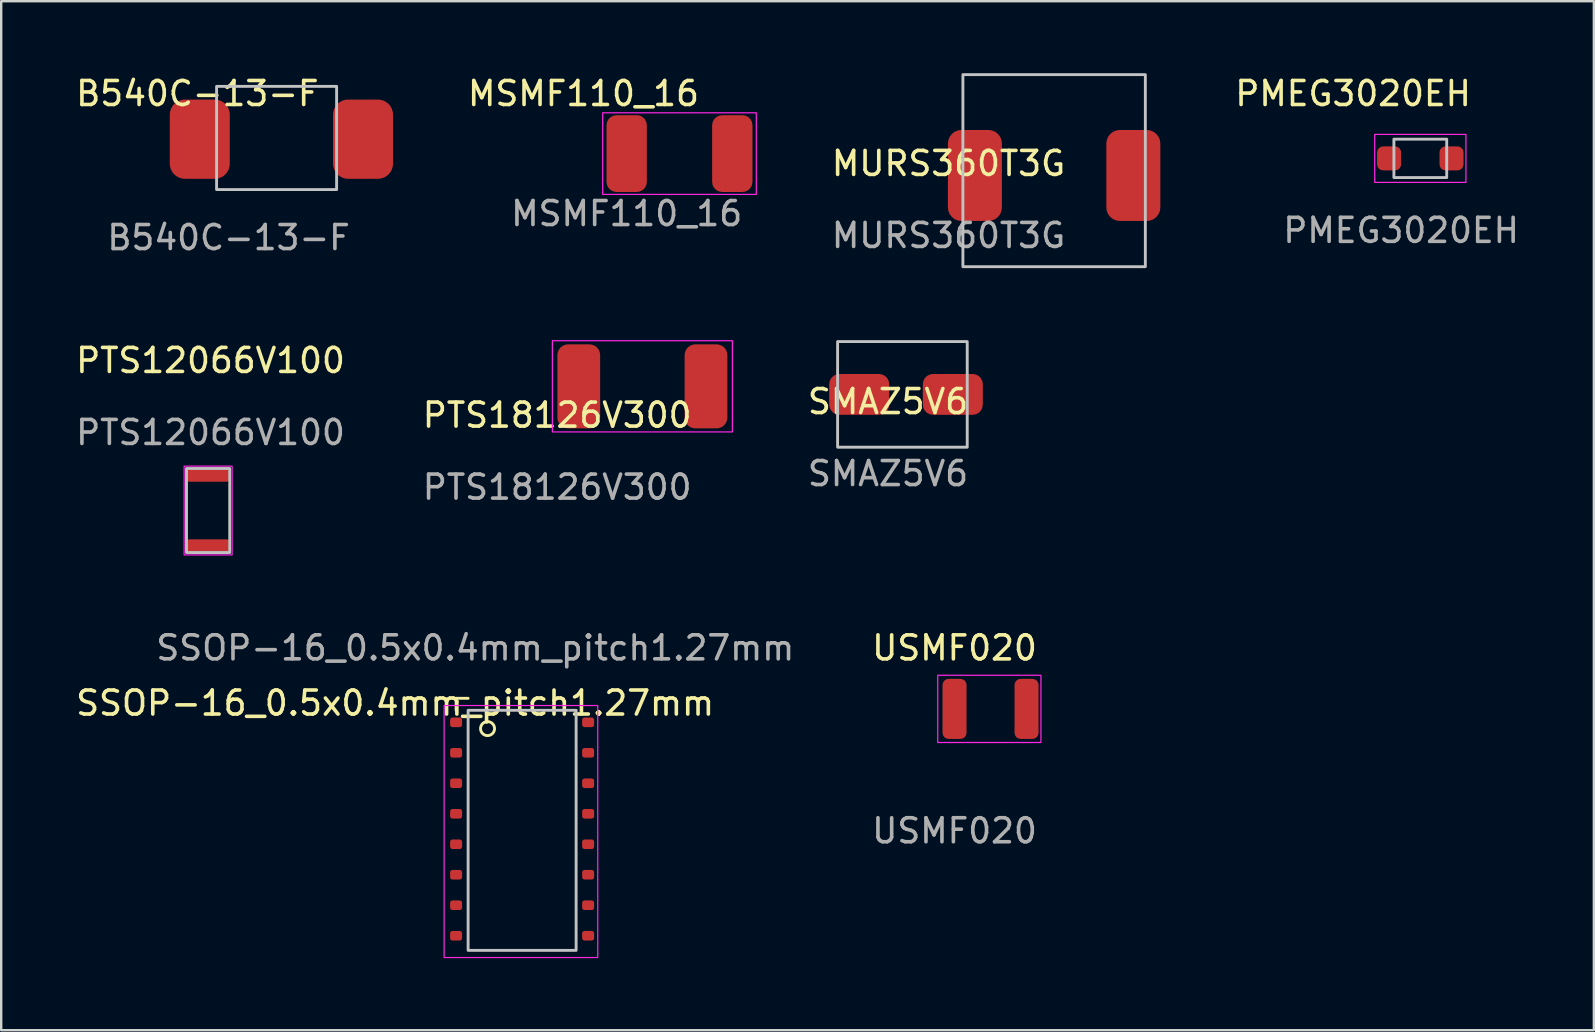
<source format=kicad_pcb>
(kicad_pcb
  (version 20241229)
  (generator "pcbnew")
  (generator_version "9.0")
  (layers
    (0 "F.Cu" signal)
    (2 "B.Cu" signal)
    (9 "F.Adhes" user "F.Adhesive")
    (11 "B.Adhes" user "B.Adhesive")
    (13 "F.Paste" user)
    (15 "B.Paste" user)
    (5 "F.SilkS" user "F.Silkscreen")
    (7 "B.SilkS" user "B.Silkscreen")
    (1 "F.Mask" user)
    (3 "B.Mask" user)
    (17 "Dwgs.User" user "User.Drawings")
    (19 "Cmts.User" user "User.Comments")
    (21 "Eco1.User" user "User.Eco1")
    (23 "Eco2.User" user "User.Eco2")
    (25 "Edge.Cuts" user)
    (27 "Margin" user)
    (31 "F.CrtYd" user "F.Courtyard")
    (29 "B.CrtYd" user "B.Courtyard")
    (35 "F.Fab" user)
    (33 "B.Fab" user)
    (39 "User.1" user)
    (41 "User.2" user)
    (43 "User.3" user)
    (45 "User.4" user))
  (footprint "PMEG3020EH"
    (layer "F.Cu")
    (at 55.319 4.048)
    (property "Reference" "PMEG3020EH" (at -2 -3.2 0) (unlocked yes) (layer "F.SilkS") (effects (font (size 1 1) (thickness 0.15))))
    (attr smd)
    (fp_rect (start -0.3 -1.3) (end 1.9 0.3) (stroke (width 0.12) (type solid)) (fill no) (layer "Dwgs.User"))
    (fp_rect (start -1.1 -1.5) (end 2.7 0.5) (stroke (width 0.05) (type solid)) (fill no) (layer "F.CrtYd"))
    (fp_text user "${REFERENCE}" (at 0 2.5 0) (unlocked yes) (layer "F.Fab") (effects (font (size 1 1) (thickness 0.15))))
    (pad "1" smd roundrect (at -0.5 -0.5) (size 1 1) (layers "F.Cu" "F.Mask" "F.Paste") (roundrect_rratio 0.25))
    (pad "2" smd roundrect (at 2.1 -0.5) (size 1 1) (layers "F.Cu" "F.Mask" "F.Paste") (roundrect_rratio 0.25)))
  (footprint "SSOP-16_0.5x0.4mm_pitch1.27mm"
    (layer "F.Cu")
    (at 15.951 27.041)
    (property "Reference" "SSOP-16_0.5x0.4mm_pitch1.27mm" (at -2.54 -0.8 0) (unlocked yes) (layer "F.SilkS") (effects (font (size 1 1) (thickness 0.15))))
    (attr smd)
    (fp_line (start 0 -1) (end 0.5 -1) (stroke (width 0.12) (type solid)) (layer "F.SilkS"))
    (fp_line (start 0 -0.5) (end 0 -1) (stroke (width 0.12) (type solid)) (layer "F.SilkS"))
    (fp_circle (center 1.31 0.262) (end 1.129 0.033) (stroke (width 0.12) (type solid)) (fill no) (layer "F.SilkS"))
    (fp_rect (start 0.5 -0.5) (end 5 9.5) (stroke (width 0.12) (type solid)) (fill no) (layer "Dwgs.User"))
    (fp_rect (start 5.9 -0.7) (end -0.5 9.8) (stroke (width 0.05) (type solid)) (fill no) (layer "F.CrtYd"))
    (fp_text user "${REFERENCE}" (at 0.8 -3.1 0) (unlocked yes) (layer "F.Fab") (effects (font (size 1 1) (thickness 0.15))))
    (pad "1" smd roundrect (at 0 0) (size 0.5 0.4) (layers "F.Cu" "F.Mask" "F.Paste") (roundrect_rratio 0.25))
    (pad "2" smd roundrect (at 0 1.27) (size 0.5 0.4) (layers "F.Cu" "F.Mask" "F.Paste") (roundrect_rratio 0.25))
    (pad "3" smd roundrect (at 0 2.54) (size 0.5 0.4) (layers "F.Cu" "F.Mask" "F.Paste") (roundrect_rratio 0.25))
    (pad "4" smd roundrect (at 0 3.81) (size 0.5 0.4) (layers "F.Cu" "F.Mask" "F.Paste") (roundrect_rratio 0.25))
    (pad "5" smd roundrect (at 0 5.08) (size 0.5 0.4) (layers "F.Cu" "F.Mask" "F.Paste") (roundrect_rratio 0.25))
    (pad "6" smd roundrect (at 0 6.35) (size 0.5 0.4) (layers "F.Cu" "F.Mask" "F.Paste") (roundrect_rratio 0.25))
    (pad "7" smd roundrect (at 0 7.62) (size 0.5 0.4) (layers "F.Cu" "F.Mask" "F.Paste") (roundrect_rratio 0.25))
    (pad "8" smd roundrect (at 0 8.89) (size 0.5 0.4) (layers "F.Cu" "F.Mask" "F.Paste") (roundrect_rratio 0.25))
    (pad "9" smd roundrect (at 5.5 8.89) (size 0.5 0.4) (layers "F.Cu" "F.Mask" "F.Paste") (roundrect_rratio 0.25))
    (pad "10" smd roundrect (at 5.5 7.62) (size 0.5 0.4) (layers "F.Cu" "F.Mask" "F.Paste") (roundrect_rratio 0.25))
    (pad "11" smd roundrect (at 5.5 6.35) (size 0.5 0.4) (layers "F.Cu" "F.Mask" "F.Paste") (roundrect_rratio 0.25))
    (pad "12" smd roundrect (at 5.5 5.08) (size 0.5 0.4) (layers "F.Cu" "F.Mask" "F.Paste") (roundrect_rratio 0.25))
    (pad "13" smd roundrect (at 5.5 3.81) (size 0.5 0.4) (layers "F.Cu" "F.Mask" "F.Paste") (roundrect_rratio 0.25))
    (pad "14" smd roundrect (at 5.5 2.54) (size 0.5 0.4) (layers "F.Cu" "F.Mask" "F.Paste") (roundrect_rratio 0.25))
    (pad "15" smd roundrect (at 5.5 1.27) (size 0.5 0.4) (layers "F.Cu" "F.Mask" "F.Paste") (roundrect_rratio 0.25))
    (pad "16" smd roundrect (at 5.5 0) (size 0.5 0.4) (layers "F.Cu" "F.Mask" "F.Paste") (roundrect_rratio 0.25)))
  (footprint "PTS12066V100"
    (layer "F.Cu")
    (at 5.72 12.468)
    (property "Reference" "PTS12066V100" (at 0 -0.5 0) (unlocked yes) (layer "F.SilkS") (effects (font (size 1 1) (thickness 0.15))))
    (attr smd)
    (fp_rect (start -1 4) (end 0.8 7.5) (stroke (width 0.12) (type solid)) (fill no) (layer "Dwgs.User"))
    (fp_rect (start -1.1 3.9) (end 0.9 7.6) (stroke (width 0.05) (type solid)) (fill no) (layer "F.CrtYd"))
    (fp_text user "${REFERENCE}" (at 0 2.5 0) (unlocked yes) (layer "F.Fab") (effects (font (size 1 1) (thickness 0.15))))
    (pad "1" smd roundrect (at -0.1 4.3) (size 1.8 0.5) (layers "F.Cu" "F.Mask" "F.Paste") (roundrect_rratio 0.25))
    (pad "2" smd roundrect (at -0.1 7.2) (size 1.8 0.5) (layers "F.Cu" "F.Mask" "F.Paste") (roundrect_rratio 0.25)))
  (footprint "PTS18126V300"
    (layer "F.Cu")
    (at 20.161 14.745)
    (property "Reference" "PTS18126V300" (at 0 -0.5 0) (unlocked yes) (layer "F.SilkS") (effects (font (size 1 1) (thickness 0.15))))
    (attr smd)
    (fp_rect (start 7.3 -3.6) (end -0.2 0.2) (stroke (width 0.05) (type solid)) (fill no) (layer "F.CrtYd"))
    (fp_text user "${REFERENCE}" (at 0 2.5 0) (unlocked yes) (layer "F.Fab") (effects (font (size 1 1) (thickness 0.15))))
    (pad "1" smd roundrect (at 0.9 -1.7) (size 1.78 3.5) (layers "F.Cu" "F.Mask" "F.Paste") (roundrect_rratio 0.25))
    (pad "2" smd roundrect (at 6.2 -1.7) (size 1.78 3.5) (layers "F.Cu" "F.Mask" "F.Paste") (roundrect_rratio 0.25)))
  (footprint "USMF020"
    (layer "F.Cu")
    (at 36.715 26.482)
    (property "Reference" "USMF020" (at 0 -2.54 0) (unlocked yes) (layer "F.SilkS") (effects (font (size 1 1) (thickness 0.15))))
    (attr smd)
    (fp_rect (start 3.6 -1.4) (end -0.7 1.4) (stroke (width 0.05) (type solid)) (fill no) (layer "F.CrtYd"))
    (fp_text user "${REFERENCE}" (at 0 5.08 0) (unlocked yes) (layer "F.Fab") (effects (font (size 1 1) (thickness 0.15))))
    (pad "1" smd roundrect (at 0 0) (size 1 2.5) (layers "F.Cu" "F.Mask" "F.Paste") (roundrect_rratio 0.25))
    (pad "2" smd roundrect (at 3 0) (size 1 2.5) (layers "F.Cu" "F.Mask" "F.Paste") (roundrect_rratio 0.25)))
  (footprint "B540C-13-F"
    (layer "F.Cu")
    (at 6.473 4.348)
    (property "Reference" "B540C-13-F" (at -1.3 -3.5 0) (unlocked yes) (layer "F.SilkS") (effects (font (size 1 1) (thickness 0.15))))
    (attr smd)
    (fp_rect (start 4.5 -3.8) (end -0.5 0.5) (stroke (width 0.12) (type solid)) (fill no) (layer "Dwgs.User"))
    (fp_text user "${REFERENCE}" (at 0 2.5 0) (unlocked yes) (layer "F.Fab") (effects (font (size 1 1) (thickness 0.15))))
    (pad "1" smd roundrect (at -1.2 -1.6) (size 2.5 3.3) (layers "F.Cu" "F.Mask" "F.Paste") (roundrect_rratio 0.25))
    (pad "2" smd roundrect (at 5.6 -1.6) (size 2.5 3.3) (layers "F.Cu" "F.Mask" "F.Paste") (roundrect_rratio 0.25)))
  (footprint "SMAZ5V6"
    (layer "F.Cu")
    (at 33.944 14.18)
    (property "Reference" "SMAZ5V6" (at 0 -0.5 0) (unlocked yes) (layer "F.SilkS") (effects (font (size 1 1) (thickness 0.15))))
    (attr smd)
    (fp_rect (start -2.1 -3) (end 3.3 1.4) (stroke (width 0.12) (type solid)) (fill no) (layer "Dwgs.User"))
    (fp_text user "${REFERENCE}" (at 0 2.5 0) (unlocked yes) (layer "F.Fab") (effects (font (size 1 1) (thickness 0.15))))
    (pad "1" smd roundrect (at -1.2 -0.8) (size 2.5 1.7) (layers "F.Cu" "F.Mask" "F.Paste") (roundrect_rratio 0.25))
    (pad "2" smd roundrect (at 2.7 -0.8) (size 2.5 1.7) (layers "F.Cu" "F.Mask" "F.Paste") (roundrect_rratio 0.25)))
  (footprint "MURS360T3G"
    (layer "F.Cu")
    (at 36.464 4.26)
    (property "Reference" "MURS360T3G" (at 0 -0.5 0) (unlocked yes) (layer "F.SilkS") (effects (font (size 1 1) (thickness 0.15))))
    (attr smd)
    (fp_rect (start 0.6 -4.2) (end 8.2 3.8) (stroke (width 0.12) (type solid)) (fill no) (layer "Dwgs.User"))
    (fp_text user "${REFERENCE}" (at 0 2.5 0) (unlocked yes) (layer "F.Fab") (effects (font (size 1 1) (thickness 0.15))))
    (pad "1" smd roundrect (at 1.1 0) (size 2.25 3.79) (layers "F.Cu" "F.Mask" "F.Paste") (roundrect_rratio 0.25))
    (pad "2" smd roundrect (at 7.7 0) (size 2.25 3.79) (layers "F.Cu" "F.Mask" "F.Paste") (roundrect_rratio 0.25)))
  (footprint "MSMF110_16"
    (layer "F.Cu")
    (at 23.057 3.348)
    (property "Reference" "MSMF110_16" (at -1.8 -2.5 0) (unlocked yes) (layer "F.SilkS") (effects (font (size 1 1) (thickness 0.15))))
    (attr smd)
    (fp_rect (start 5.4 -1.7) (end -1 1.7) (stroke (width 0.05) (type solid)) (fill no) (layer "F.CrtYd"))
    (fp_text user "${REFERENCE}" (at 0 2.5 0) (unlocked yes) (layer "F.Fab") (effects (font (size 1 1) (thickness 0.15))))
    (pad "1" smd roundrect (at 0 0) (size 1.68 3.2) (layers "F.Cu" "F.Mask" "F.Paste") (roundrect_rratio 0.25))
    (pad "2" smd roundrect (at 4.4 0) (size 1.68 3.2) (layers "F.Cu" "F.Mask" "F.Paste") (roundrect_rratio 0.25)))
  (gr_rect
    (start -3 -3)
    (end 63.349 39.867)
    (stroke (width 0.1) (type default))
    (fill no)
    (layer "Edge.Cuts")))
</source>
